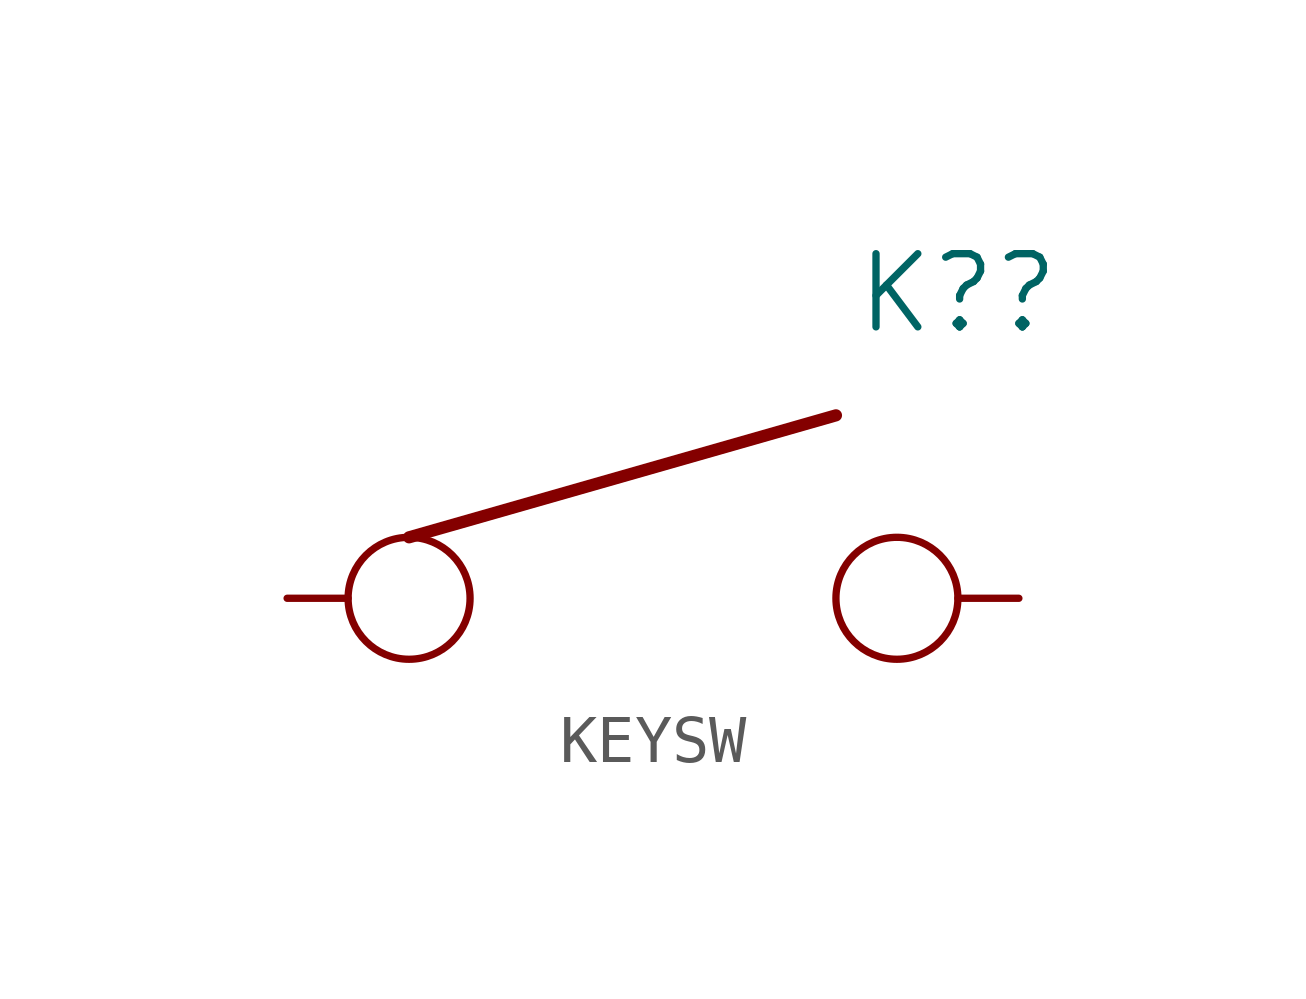
<source format=kicad_sym>
(kicad_symbol_lib
  (version 20211014)
  (generator kicad_symbol_editor)
  (symbol "KEYSW"
    (pin_numbers hide)
    (pin_names
      (offset 0))
    (property "Reference" "K?"
      (at 6.35 6.35 0)
      (effects (font (size 1.524 1.524))))
    (symbol "KEYSW_0_1"
      (circle (center -5.08 0) (radius 1.27) (stroke (width 0) (type default) (color 0 0 0 0)) (fill (type none)))
      (polyline (pts (xy -5.08 1.27) (xy 3.81 3.81)) (stroke (width 0.254) (type default) (color 0 0 0 0)) (fill (type none)))
      (circle (center 5.08 0) (radius 1.27) (stroke (width 0) (type default) (color 0 0 0 0)) (fill (type none))))
    (symbol "KEYSW_1_1"
      (pin passive line (at 7.62 0 180) (length 1.27) (name "~" (effects (font (size 1.524 1.524)))) (number "1" (effects (font (size 1.524 1.524)))))
      (pin passive line (at -7.62 0 0) (length 1.27) (name "~" (effects (font (size 1.524 1.524)))) (number "2" (effects (font (size 1.524 1.524))))))))
</source>
